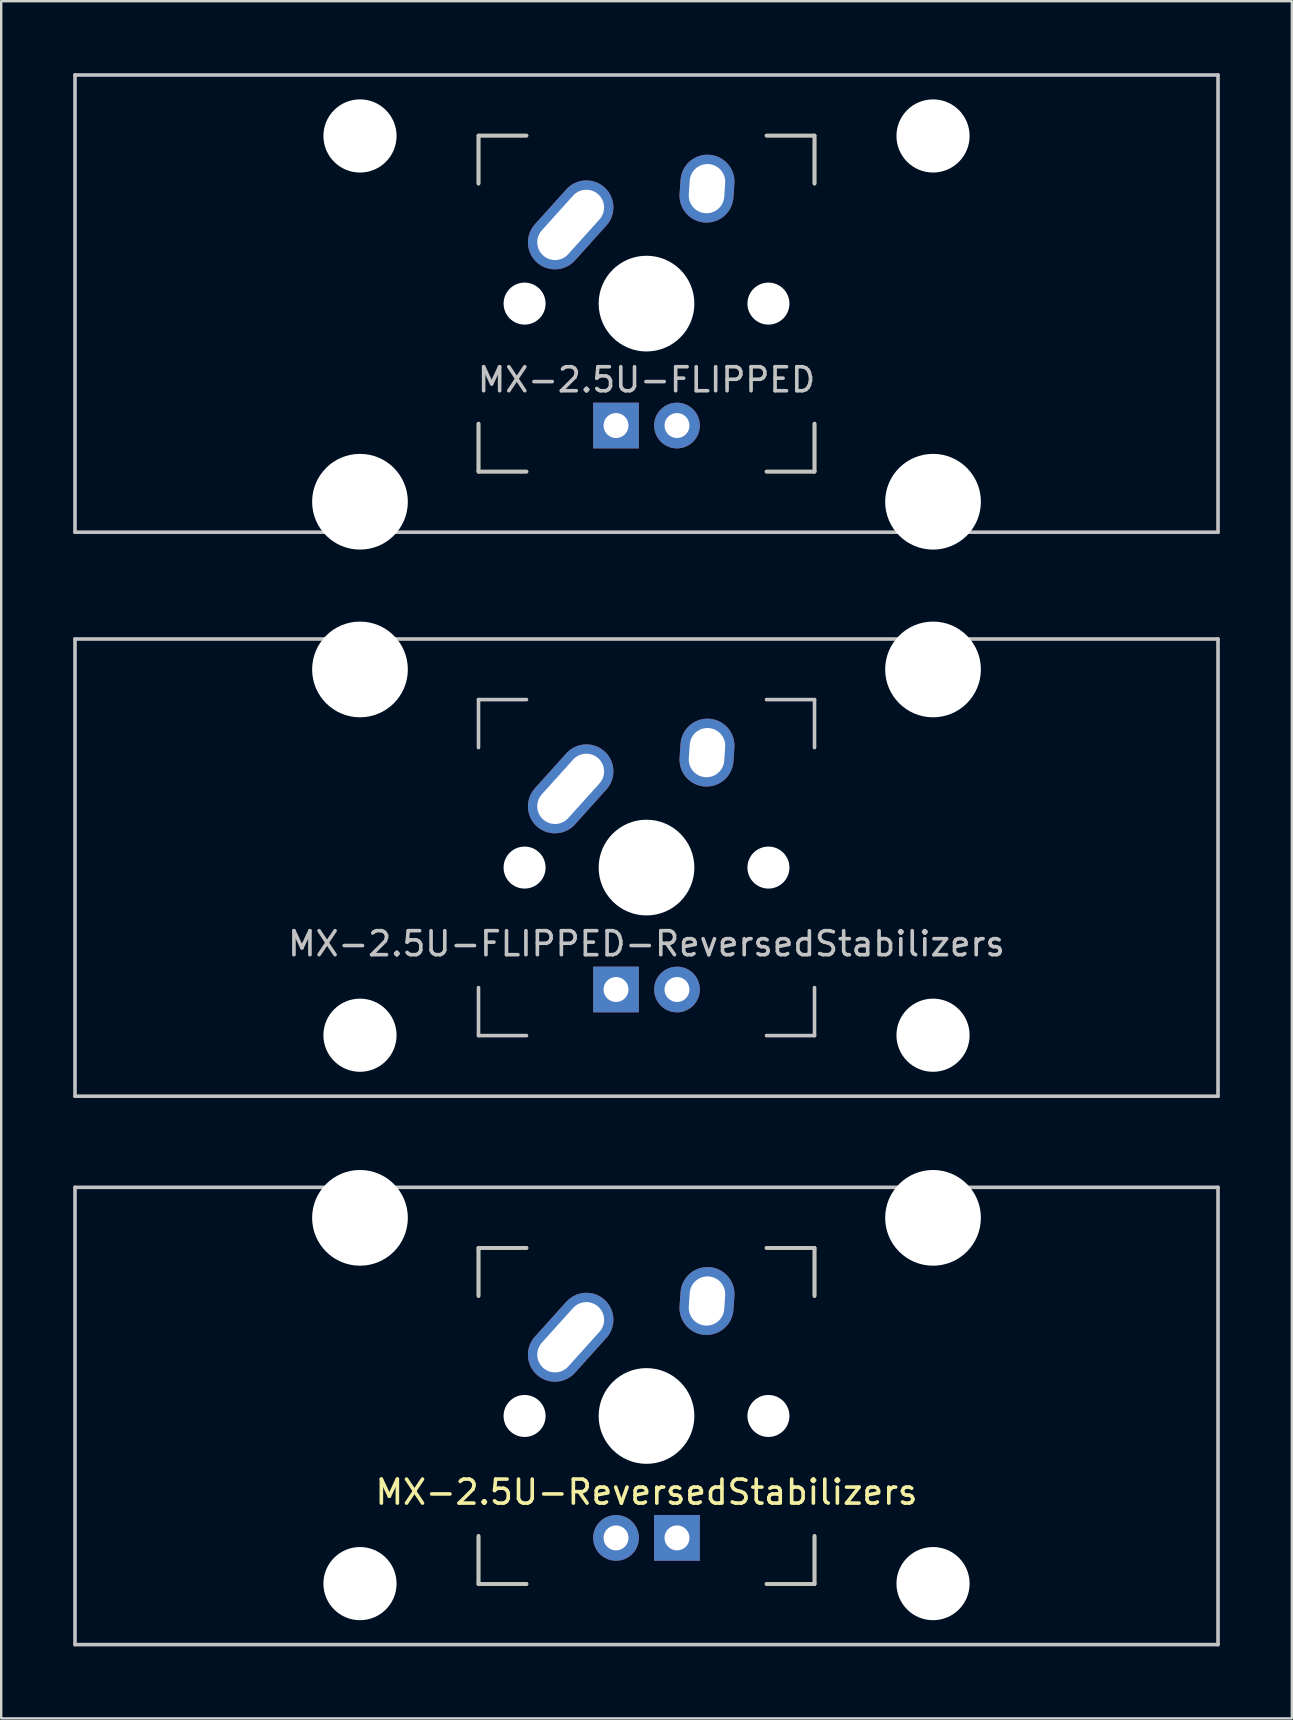
<source format=kicad_pcb>
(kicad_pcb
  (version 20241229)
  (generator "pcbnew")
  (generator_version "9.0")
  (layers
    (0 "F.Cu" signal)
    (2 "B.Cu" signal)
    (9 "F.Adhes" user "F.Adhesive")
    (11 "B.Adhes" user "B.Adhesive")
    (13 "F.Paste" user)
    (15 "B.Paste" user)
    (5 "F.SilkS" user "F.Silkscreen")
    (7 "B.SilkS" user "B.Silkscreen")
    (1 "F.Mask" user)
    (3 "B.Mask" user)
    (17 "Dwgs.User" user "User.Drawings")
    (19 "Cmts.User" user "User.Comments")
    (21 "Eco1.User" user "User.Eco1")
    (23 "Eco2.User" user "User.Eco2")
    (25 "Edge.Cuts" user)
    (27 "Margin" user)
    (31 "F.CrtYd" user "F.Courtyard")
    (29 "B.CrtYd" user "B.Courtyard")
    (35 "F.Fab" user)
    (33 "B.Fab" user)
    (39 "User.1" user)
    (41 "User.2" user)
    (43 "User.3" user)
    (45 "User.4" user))
  (footprint "MX-2.5U-FLIPPED"
    (layer "F.Cu")
    (at 23.887 9.6)
    (property "Reference" "MX-2.5U-FLIPPED" (at 0 3.175 0) (layer "Dwgs.User") (effects (font (size 1 1) (thickness 0.15))))
    (attr through_hole)
    (fp_line (start -7 -7) (end -7 -5) (stroke (width 0.15) (type solid)) (layer "F.SilkS"))
    (fp_line (start -7 5) (end -7 7) (stroke (width 0.15) (type solid)) (layer "F.SilkS"))
    (fp_line (start -7 7) (end -5 7) (stroke (width 0.15) (type solid)) (layer "F.SilkS"))
    (fp_line (start -5 -7) (end -7 -7) (stroke (width 0.15) (type solid)) (layer "F.SilkS"))
    (fp_line (start 5 -7) (end 7 -7) (stroke (width 0.15) (type solid)) (layer "F.SilkS"))
    (fp_line (start 5 7) (end 7 7) (stroke (width 0.15) (type solid)) (layer "F.SilkS"))
    (fp_line (start 7 -7) (end 7 -5) (stroke (width 0.15) (type solid)) (layer "F.SilkS"))
    (fp_line (start 7 7) (end 7 5) (stroke (width 0.15) (type solid)) (layer "F.SilkS"))
    (fp_line (start -23.812 -9.525) (end 23.812 -9.525) (stroke (width 0.15) (type solid)) (layer "Dwgs.User"))
    (fp_line (start -23.812 9.525) (end -23.812 -9.525) (stroke (width 0.15) (type solid)) (layer "Dwgs.User"))
    (fp_line (start -23.812 9.525) (end 23.812 9.525) (stroke (width 0.15) (type solid)) (layer "Dwgs.User"))
    (fp_line (start -7 -7) (end -7 -5) (stroke (width 0.15) (type solid)) (layer "Dwgs.User"))
    (fp_line (start -7 5) (end -7 7) (stroke (width 0.15) (type solid)) (layer "Dwgs.User"))
    (fp_line (start -7 7) (end -5 7) (stroke (width 0.15) (type solid)) (layer "Dwgs.User"))
    (fp_line (start -5 -7) (end -7 -7) (stroke (width 0.15) (type solid)) (layer "Dwgs.User"))
    (fp_line (start 5 -7) (end 7 -7) (stroke (width 0.15) (type solid)) (layer "Dwgs.User"))
    (fp_line (start 5 7) (end 7 7) (stroke (width 0.15) (type solid)) (layer "Dwgs.User"))
    (fp_line (start 7 -7) (end 7 -5) (stroke (width 0.15) (type solid)) (layer "Dwgs.User"))
    (fp_line (start 7 7) (end 7 5) (stroke (width 0.15) (type solid)) (layer "Dwgs.User"))
    (fp_line (start 23.812 -9.525) (end 23.812 9.525) (stroke (width 0.15) (type solid)) (layer "Dwgs.User"))
    (pad "" np_thru_hole circle (at -11.938 -6.985) (size 3.048 3.048) (drill 3.048) (layers "*.Cu" "*.Mask"))
    (pad "" np_thru_hole circle (at -11.938 8.255) (size 3.988 3.988) (drill 3.988) (layers "*.Cu" "*.Mask"))
    (pad "" np_thru_hole circle (at -5.08 0 48.1) (size 1.75 1.75) (drill 1.75) (layers "*.Cu" "*.Mask"))
    (pad "" np_thru_hole circle (at 0 0) (size 3.988 3.988) (drill 3.988) (layers "*.Cu" "*.Mask"))
    (pad "" np_thru_hole circle (at 5.08 0 48.1) (size 1.75 1.75) (drill 1.75) (layers "*.Cu" "*.Mask"))
    (pad "" np_thru_hole circle (at 11.938 -6.985) (size 3.048 3.048) (drill 3.048) (layers "*.Cu" "*.Mask"))
    (pad "" np_thru_hole circle (at 11.938 8.255) (size 3.988 3.988) (drill 3.988) (layers "*.Cu" "*.Mask"))
    (pad "1" thru_hole oval (at -3.16 -3.28 48) (size 4.21 2.25) (drill oval 3.43 1.48) (layers "*.Cu" "B.Mask"))
    (pad "2" thru_hole oval (at 2.52 -4.79 86) (size 2.831 2.25) (drill oval 2.051 1.48) (layers "*.Cu" "B.Mask"))
    (pad "3" thru_hole circle (at 1.27 5.08) (size 1.905 1.905) (drill 1.04) (layers "*.Cu" "B.Mask"))
    (pad "4" thru_hole rect (at -1.27 5.08) (size 1.905 1.905) (drill 1.04) (layers "*.Cu" "B.Mask")))
  (footprint "MX-2.5U-ReversedStabilizers"
    (layer "F.Cu")
    (at 23.887 55.947)
    (property "Reference" "MX-2.5U-ReversedStabilizers" (at 0 3.175 0) (layer "F.SilkS") (effects (font (size 1 1) (thickness 0.15))))
    (attr through_hole)
    (fp_line (start -7 -7) (end -7 -5) (stroke (width 0.15) (type solid)) (layer "F.SilkS"))
    (fp_line (start -7 5) (end -7 7) (stroke (width 0.15) (type solid)) (layer "F.SilkS"))
    (fp_line (start -7 7) (end -5 7) (stroke (width 0.15) (type solid)) (layer "F.SilkS"))
    (fp_line (start -5 -7) (end -7 -7) (stroke (width 0.15) (type solid)) (layer "F.SilkS"))
    (fp_line (start 5 -7) (end 7 -7) (stroke (width 0.15) (type solid)) (layer "F.SilkS"))
    (fp_line (start 5 7) (end 7 7) (stroke (width 0.15) (type solid)) (layer "F.SilkS"))
    (fp_line (start 7 -7) (end 7 -5) (stroke (width 0.15) (type solid)) (layer "F.SilkS"))
    (fp_line (start 7 7) (end 7 5) (stroke (width 0.15) (type solid)) (layer "F.SilkS"))
    (fp_line (start -23.812 -9.525) (end 23.812 -9.525) (stroke (width 0.15) (type solid)) (layer "Dwgs.User"))
    (fp_line (start -23.812 9.525) (end -23.812 -9.525) (stroke (width 0.15) (type solid)) (layer "Dwgs.User"))
    (fp_line (start -23.812 9.525) (end 23.812 9.525) (stroke (width 0.15) (type solid)) (layer "Dwgs.User"))
    (fp_line (start -7 -7) (end -7 -5) (stroke (width 0.15) (type solid)) (layer "Dwgs.User"))
    (fp_line (start -7 5) (end -7 7) (stroke (width 0.15) (type solid)) (layer "Dwgs.User"))
    (fp_line (start -7 7) (end -5 7) (stroke (width 0.15) (type solid)) (layer "Dwgs.User"))
    (fp_line (start -5 -7) (end -7 -7) (stroke (width 0.15) (type solid)) (layer "Dwgs.User"))
    (fp_line (start 5 -7) (end 7 -7) (stroke (width 0.15) (type solid)) (layer "Dwgs.User"))
    (fp_line (start 5 7) (end 7 7) (stroke (width 0.15) (type solid)) (layer "Dwgs.User"))
    (fp_line (start 7 -7) (end 7 -5) (stroke (width 0.15) (type solid)) (layer "Dwgs.User"))
    (fp_line (start 7 7) (end 7 5) (stroke (width 0.15) (type solid)) (layer "Dwgs.User"))
    (fp_line (start 23.812 -9.525) (end 23.812 9.525) (stroke (width 0.15) (type solid)) (layer "Dwgs.User"))
    (pad "" np_thru_hole circle (at -11.938 -8.255) (size 3.988 3.988) (drill 3.988) (layers "*.Cu" "*.Mask"))
    (pad "" np_thru_hole circle (at -11.938 6.985) (size 3.048 3.048) (drill 3.048) (layers "*.Cu" "*.Mask"))
    (pad "" np_thru_hole circle (at -5.08 0 48.1) (size 1.75 1.75) (drill 1.75) (layers "*.Cu" "*.Mask"))
    (pad "" np_thru_hole circle (at 0 0) (size 3.988 3.988) (drill 3.988) (layers "*.Cu" "*.Mask"))
    (pad "" np_thru_hole circle (at 5.08 0 48.1) (size 1.75 1.75) (drill 1.75) (layers "*.Cu" "*.Mask"))
    (pad "" np_thru_hole circle (at 11.938 -8.255) (size 3.988 3.988) (drill 3.988) (layers "*.Cu" "*.Mask"))
    (pad "" np_thru_hole circle (at 11.938 6.985) (size 3.048 3.048) (drill 3.048) (layers "*.Cu" "*.Mask"))
    (pad "1" thru_hole oval (at -3.16 -3.28 48) (size 4.21 2.25) (drill oval 3.43 1.48) (layers "*.Cu" "B.Mask"))
    (pad "2" thru_hole oval (at 2.52 -4.79 86) (size 2.831 2.25) (drill oval 2.051 1.48) (layers "*.Cu" "B.Mask"))
    (pad "3" thru_hole circle (at -1.27 5.08) (size 1.905 1.905) (drill 1.04) (layers "*.Cu" "B.Mask"))
    (pad "4" thru_hole rect (at 1.27 5.08) (size 1.905 1.905) (drill 1.04) (layers "*.Cu" "B.Mask")))
  (footprint "MX-2.5U-FLIPPED-ReversedStabilizers"
    (layer "F.Cu")
    (at 23.887 33.098)
    (property "Reference" "MX-2.5U-FLIPPED-ReversedStabilizers" (at 0 3.175 0) (layer "Dwgs.User") (effects (font (size 1 1) (thickness 0.15))))
    (attr through_hole)
    (fp_line (start -23.812 -9.525) (end 23.812 -9.525) (stroke (width 0.15) (type solid)) (layer "Dwgs.User"))
    (fp_line (start -23.812 9.525) (end -23.812 -9.525) (stroke (width 0.15) (type solid)) (layer "Dwgs.User"))
    (fp_line (start -23.812 9.525) (end 23.812 9.525) (stroke (width 0.15) (type solid)) (layer "Dwgs.User"))
    (fp_line (start -7 -7) (end -7 -5) (stroke (width 0.15) (type solid)) (layer "Dwgs.User"))
    (fp_line (start -7 5) (end -7 7) (stroke (width 0.15) (type solid)) (layer "Dwgs.User"))
    (fp_line (start -7 7) (end -5 7) (stroke (width 0.15) (type solid)) (layer "Dwgs.User"))
    (fp_line (start -5 -7) (end -7 -7) (stroke (width 0.15) (type solid)) (layer "Dwgs.User"))
    (fp_line (start 5 -7) (end 7 -7) (stroke (width 0.15) (type solid)) (layer "Dwgs.User"))
    (fp_line (start 5 7) (end 7 7) (stroke (width 0.15) (type solid)) (layer "Dwgs.User"))
    (fp_line (start 7 -7) (end 7 -5) (stroke (width 0.15) (type solid)) (layer "Dwgs.User"))
    (fp_line (start 7 7) (end 7 5) (stroke (width 0.15) (type solid)) (layer "Dwgs.User"))
    (fp_line (start 23.812 -9.525) (end 23.812 9.525) (stroke (width 0.15) (type solid)) (layer "Dwgs.User"))
    (pad "" np_thru_hole circle (at -11.938 -8.255) (size 3.988 3.988) (drill 3.988) (layers "*.Cu" "*.Mask"))
    (pad "" np_thru_hole circle (at -11.938 6.985) (size 3.048 3.048) (drill 3.048) (layers "*.Cu" "*.Mask"))
    (pad "" np_thru_hole circle (at -5.08 0 48.1) (size 1.75 1.75) (drill 1.75) (layers "*.Cu" "*.Mask"))
    (pad "" np_thru_hole circle (at 0 0) (size 3.988 3.988) (drill 3.988) (layers "*.Cu" "*.Mask"))
    (pad "" np_thru_hole circle (at 5.08 0 48.1) (size 1.75 1.75) (drill 1.75) (layers "*.Cu" "*.Mask"))
    (pad "" np_thru_hole circle (at 11.938 -8.255) (size 3.988 3.988) (drill 3.988) (layers "*.Cu" "*.Mask"))
    (pad "" np_thru_hole circle (at 11.938 6.985) (size 3.048 3.048) (drill 3.048) (layers "*.Cu" "*.Mask"))
    (pad "1" thru_hole oval (at -3.16 -3.28 48) (size 4.21 2.25) (drill oval 3.43 1.48) (layers "*.Cu" "B.Mask"))
    (pad "2" thru_hole oval (at 2.52 -4.79 86) (size 2.831 2.25) (drill oval 2.051 1.48) (layers "*.Cu" "B.Mask"))
    (pad "3" thru_hole circle (at 1.27 5.08) (size 1.905 1.905) (drill 1.04) (layers "*.Cu" "B.Mask"))
    (pad "4" thru_hole rect (at -1.27 5.08) (size 1.905 1.905) (drill 1.04) (layers "*.Cu" "B.Mask")))
  (gr_rect
    (start -3 -3)
    (end 50.775 68.547)
    (stroke (width 0.1) (type default))
    (fill no)
    (layer "Edge.Cuts")))
</source>
